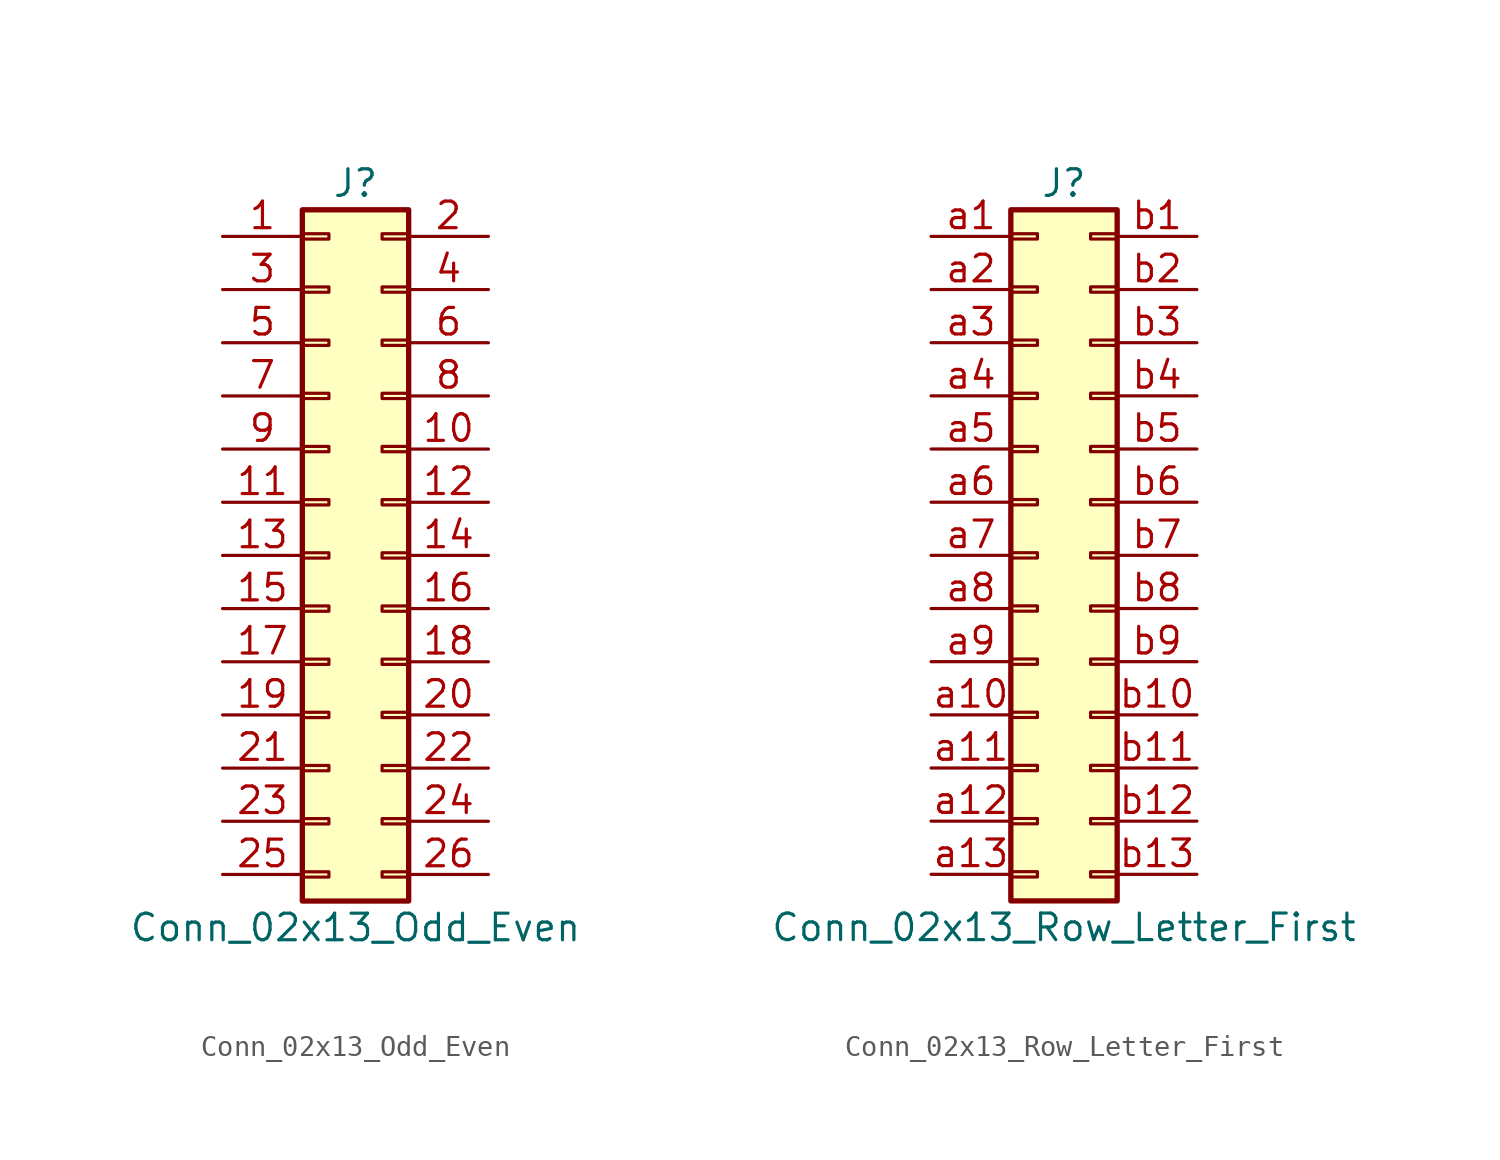
<source format=kicad_sym>
(kicad_symbol_lib
  (version 20201005)
  (generator kicad_symbol_editor)
  (symbol "Conn_02x13_Odd_Even"
    (pin_names
      (offset 1.016) hide)
    (property "Reference" "J"
      (at 1.27 17.78 0)
      (effects (font (size 1.27 1.27))))
    (property "Value" "Conn_02x13_Odd_Even"
      (at 1.27 -17.78 0)
      (effects (font (size 1.27 1.27))))
    (symbol "Conn_02x13_Odd_Even_1_1"
      (rectangle (start -1.27 -15.113) (end 0 -15.367) (stroke (width 0.152)) (fill (type none)))
      (rectangle (start -1.27 -12.573) (end 0 -12.827) (stroke (width 0.152)) (fill (type none)))
      (rectangle (start -1.27 -10.033) (end 0 -10.287) (stroke (width 0.152)) (fill (type none)))
      (rectangle (start -1.27 -7.493) (end 0 -7.747) (stroke (width 0.152)) (fill (type none)))
      (rectangle (start -1.27 -4.953) (end 0 -5.207) (stroke (width 0.152)) (fill (type none)))
      (rectangle (start -1.27 -2.413) (end 0 -2.667) (stroke (width 0.152)) (fill (type none)))
      (rectangle (start -1.27 0.127) (end 0 -0.127) (stroke (width 0.152)) (fill (type none)))
      (rectangle (start -1.27 2.667) (end 0 2.413) (stroke (width 0.152)) (fill (type none)))
      (rectangle (start -1.27 5.207) (end 0 4.953) (stroke (width 0.152)) (fill (type none)))
      (rectangle (start -1.27 7.747) (end 0 7.493) (stroke (width 0.152)) (fill (type none)))
      (rectangle (start -1.27 10.287) (end 0 10.033) (stroke (width 0.152)) (fill (type none)))
      (rectangle (start -1.27 12.827) (end 0 12.573) (stroke (width 0.152)) (fill (type none)))
      (rectangle (start -1.27 15.367) (end 0 15.113) (stroke (width 0.152)) (fill (type none)))
      (rectangle (start -1.27 16.51) (end 3.81 -16.51) (stroke (width 0.254)) (fill (type background)))
      (rectangle (start 3.81 -15.113) (end 2.54 -15.367) (stroke (width 0.152)) (fill (type none)))
      (rectangle (start 3.81 -12.573) (end 2.54 -12.827) (stroke (width 0.152)) (fill (type none)))
      (rectangle (start 3.81 -10.033) (end 2.54 -10.287) (stroke (width 0.152)) (fill (type none)))
      (rectangle (start 3.81 -7.493) (end 2.54 -7.747) (stroke (width 0.152)) (fill (type none)))
      (rectangle (start 3.81 -4.953) (end 2.54 -5.207) (stroke (width 0.152)) (fill (type none)))
      (rectangle (start 3.81 -2.413) (end 2.54 -2.667) (stroke (width 0.152)) (fill (type none)))
      (rectangle (start 3.81 0.127) (end 2.54 -0.127) (stroke (width 0.152)) (fill (type none)))
      (rectangle (start 3.81 2.667) (end 2.54 2.413) (stroke (width 0.152)) (fill (type none)))
      (rectangle (start 3.81 5.207) (end 2.54 4.953) (stroke (width 0.152)) (fill (type none)))
      (rectangle (start 3.81 7.747) (end 2.54 7.493) (stroke (width 0.152)) (fill (type none)))
      (rectangle (start 3.81 10.287) (end 2.54 10.033) (stroke (width 0.152)) (fill (type none)))
      (rectangle (start 3.81 12.827) (end 2.54 12.573) (stroke (width 0.152)) (fill (type none)))
      (rectangle (start 3.81 15.367) (end 2.54 15.113) (stroke (width 0.152)) (fill (type none)))
      (pin passive line (at -5.08 15.24 0) (length 3.81) (name "Pin_1" (effects (font (size 1.27 1.27)))) (number "1" (effects (font (size 1.27 1.27)))))
      (pin passive line (at 7.62 5.08 180) (length 3.81) (name "Pin_10" (effects (font (size 1.27 1.27)))) (number "10" (effects (font (size 1.27 1.27)))))
      (pin passive line (at -5.08 2.54 0) (length 3.81) (name "Pin_11" (effects (font (size 1.27 1.27)))) (number "11" (effects (font (size 1.27 1.27)))))
      (pin passive line (at 7.62 2.54 180) (length 3.81) (name "Pin_12" (effects (font (size 1.27 1.27)))) (number "12" (effects (font (size 1.27 1.27)))))
      (pin passive line (at -5.08 0 0) (length 3.81) (name "Pin_13" (effects (font (size 1.27 1.27)))) (number "13" (effects (font (size 1.27 1.27)))))
      (pin passive line (at 7.62 0 180) (length 3.81) (name "Pin_14" (effects (font (size 1.27 1.27)))) (number "14" (effects (font (size 1.27 1.27)))))
      (pin passive line (at -5.08 -2.54 0) (length 3.81) (name "Pin_15" (effects (font (size 1.27 1.27)))) (number "15" (effects (font (size 1.27 1.27)))))
      (pin passive line (at 7.62 -2.54 180) (length 3.81) (name "Pin_16" (effects (font (size 1.27 1.27)))) (number "16" (effects (font (size 1.27 1.27)))))
      (pin passive line (at -5.08 -5.08 0) (length 3.81) (name "Pin_17" (effects (font (size 1.27 1.27)))) (number "17" (effects (font (size 1.27 1.27)))))
      (pin passive line (at 7.62 -5.08 180) (length 3.81) (name "Pin_18" (effects (font (size 1.27 1.27)))) (number "18" (effects (font (size 1.27 1.27)))))
      (pin passive line (at -5.08 -7.62 0) (length 3.81) (name "Pin_19" (effects (font (size 1.27 1.27)))) (number "19" (effects (font (size 1.27 1.27)))))
      (pin passive line (at 7.62 15.24 180) (length 3.81) (name "Pin_2" (effects (font (size 1.27 1.27)))) (number "2" (effects (font (size 1.27 1.27)))))
      (pin passive line (at 7.62 -7.62 180) (length 3.81) (name "Pin_20" (effects (font (size 1.27 1.27)))) (number "20" (effects (font (size 1.27 1.27)))))
      (pin passive line (at -5.08 -10.16 0) (length 3.81) (name "Pin_21" (effects (font (size 1.27 1.27)))) (number "21" (effects (font (size 1.27 1.27)))))
      (pin passive line (at 7.62 -10.16 180) (length 3.81) (name "Pin_22" (effects (font (size 1.27 1.27)))) (number "22" (effects (font (size 1.27 1.27)))))
      (pin passive line (at -5.08 -12.7 0) (length 3.81) (name "Pin_23" (effects (font (size 1.27 1.27)))) (number "23" (effects (font (size 1.27 1.27)))))
      (pin passive line (at 7.62 -12.7 180) (length 3.81) (name "Pin_24" (effects (font (size 1.27 1.27)))) (number "24" (effects (font (size 1.27 1.27)))))
      (pin passive line (at -5.08 -15.24 0) (length 3.81) (name "Pin_25" (effects (font (size 1.27 1.27)))) (number "25" (effects (font (size 1.27 1.27)))))
      (pin passive line (at 7.62 -15.24 180) (length 3.81) (name "Pin_26" (effects (font (size 1.27 1.27)))) (number "26" (effects (font (size 1.27 1.27)))))
      (pin passive line (at -5.08 12.7 0) (length 3.81) (name "Pin_3" (effects (font (size 1.27 1.27)))) (number "3" (effects (font (size 1.27 1.27)))))
      (pin passive line (at 7.62 12.7 180) (length 3.81) (name "Pin_4" (effects (font (size 1.27 1.27)))) (number "4" (effects (font (size 1.27 1.27)))))
      (pin passive line (at -5.08 10.16 0) (length 3.81) (name "Pin_5" (effects (font (size 1.27 1.27)))) (number "5" (effects (font (size 1.27 1.27)))))
      (pin passive line (at 7.62 10.16 180) (length 3.81) (name "Pin_6" (effects (font (size 1.27 1.27)))) (number "6" (effects (font (size 1.27 1.27)))))
      (pin passive line (at -5.08 7.62 0) (length 3.81) (name "Pin_7" (effects (font (size 1.27 1.27)))) (number "7" (effects (font (size 1.27 1.27)))))
      (pin passive line (at 7.62 7.62 180) (length 3.81) (name "Pin_8" (effects (font (size 1.27 1.27)))) (number "8" (effects (font (size 1.27 1.27)))))
      (pin passive line (at -5.08 5.08 0) (length 3.81) (name "Pin_9" (effects (font (size 1.27 1.27)))) (number "9" (effects (font (size 1.27 1.27)))))))
  (symbol "Conn_02x13_Row_Letter_First"
    (pin_names
      (offset 1.016) hide)
    (property "Reference" "J"
      (at 1.27 17.78 0)
      (effects (font (size 1.27 1.27))))
    (property "Value" "Conn_02x13_Row_Letter_First"
      (at 1.27 -17.78 0)
      (effects (font (size 1.27 1.27))))
    (symbol "Conn_02x13_Row_Letter_First_1_1"
      (rectangle (start -1.27 -15.113) (end 0 -15.367) (stroke (width 0.152)) (fill (type none)))
      (rectangle (start -1.27 -12.573) (end 0 -12.827) (stroke (width 0.152)) (fill (type none)))
      (rectangle (start -1.27 -10.033) (end 0 -10.287) (stroke (width 0.152)) (fill (type none)))
      (rectangle (start -1.27 -7.493) (end 0 -7.747) (stroke (width 0.152)) (fill (type none)))
      (rectangle (start -1.27 -4.953) (end 0 -5.207) (stroke (width 0.152)) (fill (type none)))
      (rectangle (start -1.27 -2.413) (end 0 -2.667) (stroke (width 0.152)) (fill (type none)))
      (rectangle (start -1.27 0.127) (end 0 -0.127) (stroke (width 0.152)) (fill (type none)))
      (rectangle (start -1.27 2.667) (end 0 2.413) (stroke (width 0.152)) (fill (type none)))
      (rectangle (start -1.27 5.207) (end 0 4.953) (stroke (width 0.152)) (fill (type none)))
      (rectangle (start -1.27 7.747) (end 0 7.493) (stroke (width 0.152)) (fill (type none)))
      (rectangle (start -1.27 10.287) (end 0 10.033) (stroke (width 0.152)) (fill (type none)))
      (rectangle (start -1.27 12.827) (end 0 12.573) (stroke (width 0.152)) (fill (type none)))
      (rectangle (start -1.27 15.367) (end 0 15.113) (stroke (width 0.152)) (fill (type none)))
      (rectangle (start -1.27 16.51) (end 3.81 -16.51) (stroke (width 0.254)) (fill (type background)))
      (rectangle (start 3.81 -15.113) (end 2.54 -15.367) (stroke (width 0.152)) (fill (type none)))
      (rectangle (start 3.81 -12.573) (end 2.54 -12.827) (stroke (width 0.152)) (fill (type none)))
      (rectangle (start 3.81 -10.033) (end 2.54 -10.287) (stroke (width 0.152)) (fill (type none)))
      (rectangle (start 3.81 -7.493) (end 2.54 -7.747) (stroke (width 0.152)) (fill (type none)))
      (rectangle (start 3.81 -4.953) (end 2.54 -5.207) (stroke (width 0.152)) (fill (type none)))
      (rectangle (start 3.81 -2.413) (end 2.54 -2.667) (stroke (width 0.152)) (fill (type none)))
      (rectangle (start 3.81 0.127) (end 2.54 -0.127) (stroke (width 0.152)) (fill (type none)))
      (rectangle (start 3.81 2.667) (end 2.54 2.413) (stroke (width 0.152)) (fill (type none)))
      (rectangle (start 3.81 5.207) (end 2.54 4.953) (stroke (width 0.152)) (fill (type none)))
      (rectangle (start 3.81 7.747) (end 2.54 7.493) (stroke (width 0.152)) (fill (type none)))
      (rectangle (start 3.81 10.287) (end 2.54 10.033) (stroke (width 0.152)) (fill (type none)))
      (rectangle (start 3.81 12.827) (end 2.54 12.573) (stroke (width 0.152)) (fill (type none)))
      (rectangle (start 3.81 15.367) (end 2.54 15.113) (stroke (width 0.152)) (fill (type none)))
      (pin passive line (at -5.08 15.24 0) (length 3.81) (name "Pin_a1" (effects (font (size 1.27 1.27)))) (number "a1" (effects (font (size 1.27 1.27)))))
      (pin passive line (at -5.08 -7.62 0) (length 3.81) (name "Pin_a10" (effects (font (size 1.27 1.27)))) (number "a10" (effects (font (size 1.27 1.27)))))
      (pin passive line (at -5.08 -10.16 0) (length 3.81) (name "Pin_a11" (effects (font (size 1.27 1.27)))) (number "a11" (effects (font (size 1.27 1.27)))))
      (pin passive line (at -5.08 -12.7 0) (length 3.81) (name "Pin_a12" (effects (font (size 1.27 1.27)))) (number "a12" (effects (font (size 1.27 1.27)))))
      (pin passive line (at -5.08 -15.24 0) (length 3.81) (name "Pin_a13" (effects (font (size 1.27 1.27)))) (number "a13" (effects (font (size 1.27 1.27)))))
      (pin passive line (at -5.08 12.7 0) (length 3.81) (name "Pin_a2" (effects (font (size 1.27 1.27)))) (number "a2" (effects (font (size 1.27 1.27)))))
      (pin passive line (at -5.08 10.16 0) (length 3.81) (name "Pin_a3" (effects (font (size 1.27 1.27)))) (number "a3" (effects (font (size 1.27 1.27)))))
      (pin passive line (at -5.08 7.62 0) (length 3.81) (name "Pin_a4" (effects (font (size 1.27 1.27)))) (number "a4" (effects (font (size 1.27 1.27)))))
      (pin passive line (at -5.08 5.08 0) (length 3.81) (name "Pin_a5" (effects (font (size 1.27 1.27)))) (number "a5" (effects (font (size 1.27 1.27)))))
      (pin passive line (at -5.08 2.54 0) (length 3.81) (name "Pin_a6" (effects (font (size 1.27 1.27)))) (number "a6" (effects (font (size 1.27 1.27)))))
      (pin passive line (at -5.08 0 0) (length 3.81) (name "Pin_a7" (effects (font (size 1.27 1.27)))) (number "a7" (effects (font (size 1.27 1.27)))))
      (pin passive line (at -5.08 -2.54 0) (length 3.81) (name "Pin_a8" (effects (font (size 1.27 1.27)))) (number "a8" (effects (font (size 1.27 1.27)))))
      (pin passive line (at -5.08 -5.08 0) (length 3.81) (name "Pin_a9" (effects (font (size 1.27 1.27)))) (number "a9" (effects (font (size 1.27 1.27)))))
      (pin passive line (at 7.62 15.24 180) (length 3.81) (name "Pin_b1" (effects (font (size 1.27 1.27)))) (number "b1" (effects (font (size 1.27 1.27)))))
      (pin passive line (at 7.62 -7.62 180) (length 3.81) (name "Pin_b10" (effects (font (size 1.27 1.27)))) (number "b10" (effects (font (size 1.27 1.27)))))
      (pin passive line (at 7.62 -10.16 180) (length 3.81) (name "Pin_b11" (effects (font (size 1.27 1.27)))) (number "b11" (effects (font (size 1.27 1.27)))))
      (pin passive line (at 7.62 -12.7 180) (length 3.81) (name "Pin_b12" (effects (font (size 1.27 1.27)))) (number "b12" (effects (font (size 1.27 1.27)))))
      (pin passive line (at 7.62 -15.24 180) (length 3.81) (name "Pin_b13" (effects (font (size 1.27 1.27)))) (number "b13" (effects (font (size 1.27 1.27)))))
      (pin passive line (at 7.62 12.7 180) (length 3.81) (name "Pin_b2" (effects (font (size 1.27 1.27)))) (number "b2" (effects (font (size 1.27 1.27)))))
      (pin passive line (at 7.62 10.16 180) (length 3.81) (name "Pin_b3" (effects (font (size 1.27 1.27)))) (number "b3" (effects (font (size 1.27 1.27)))))
      (pin passive line (at 7.62 7.62 180) (length 3.81) (name "Pin_b4" (effects (font (size 1.27 1.27)))) (number "b4" (effects (font (size 1.27 1.27)))))
      (pin passive line (at 7.62 5.08 180) (length 3.81) (name "Pin_b5" (effects (font (size 1.27 1.27)))) (number "b5" (effects (font (size 1.27 1.27)))))
      (pin passive line (at 7.62 2.54 180) (length 3.81) (name "Pin_b6" (effects (font (size 1.27 1.27)))) (number "b6" (effects (font (size 1.27 1.27)))))
      (pin passive line (at 7.62 0 180) (length 3.81) (name "Pin_b7" (effects (font (size 1.27 1.27)))) (number "b7" (effects (font (size 1.27 1.27)))))
      (pin passive line (at 7.62 -2.54 180) (length 3.81) (name "Pin_b8" (effects (font (size 1.27 1.27)))) (number "b8" (effects (font (size 1.27 1.27)))))
      (pin passive line (at 7.62 -5.08 180) (length 3.81) (name "Pin_b9" (effects (font (size 1.27 1.27)))) (number "b9" (effects (font (size 1.27 1.27))))))))
</source>
